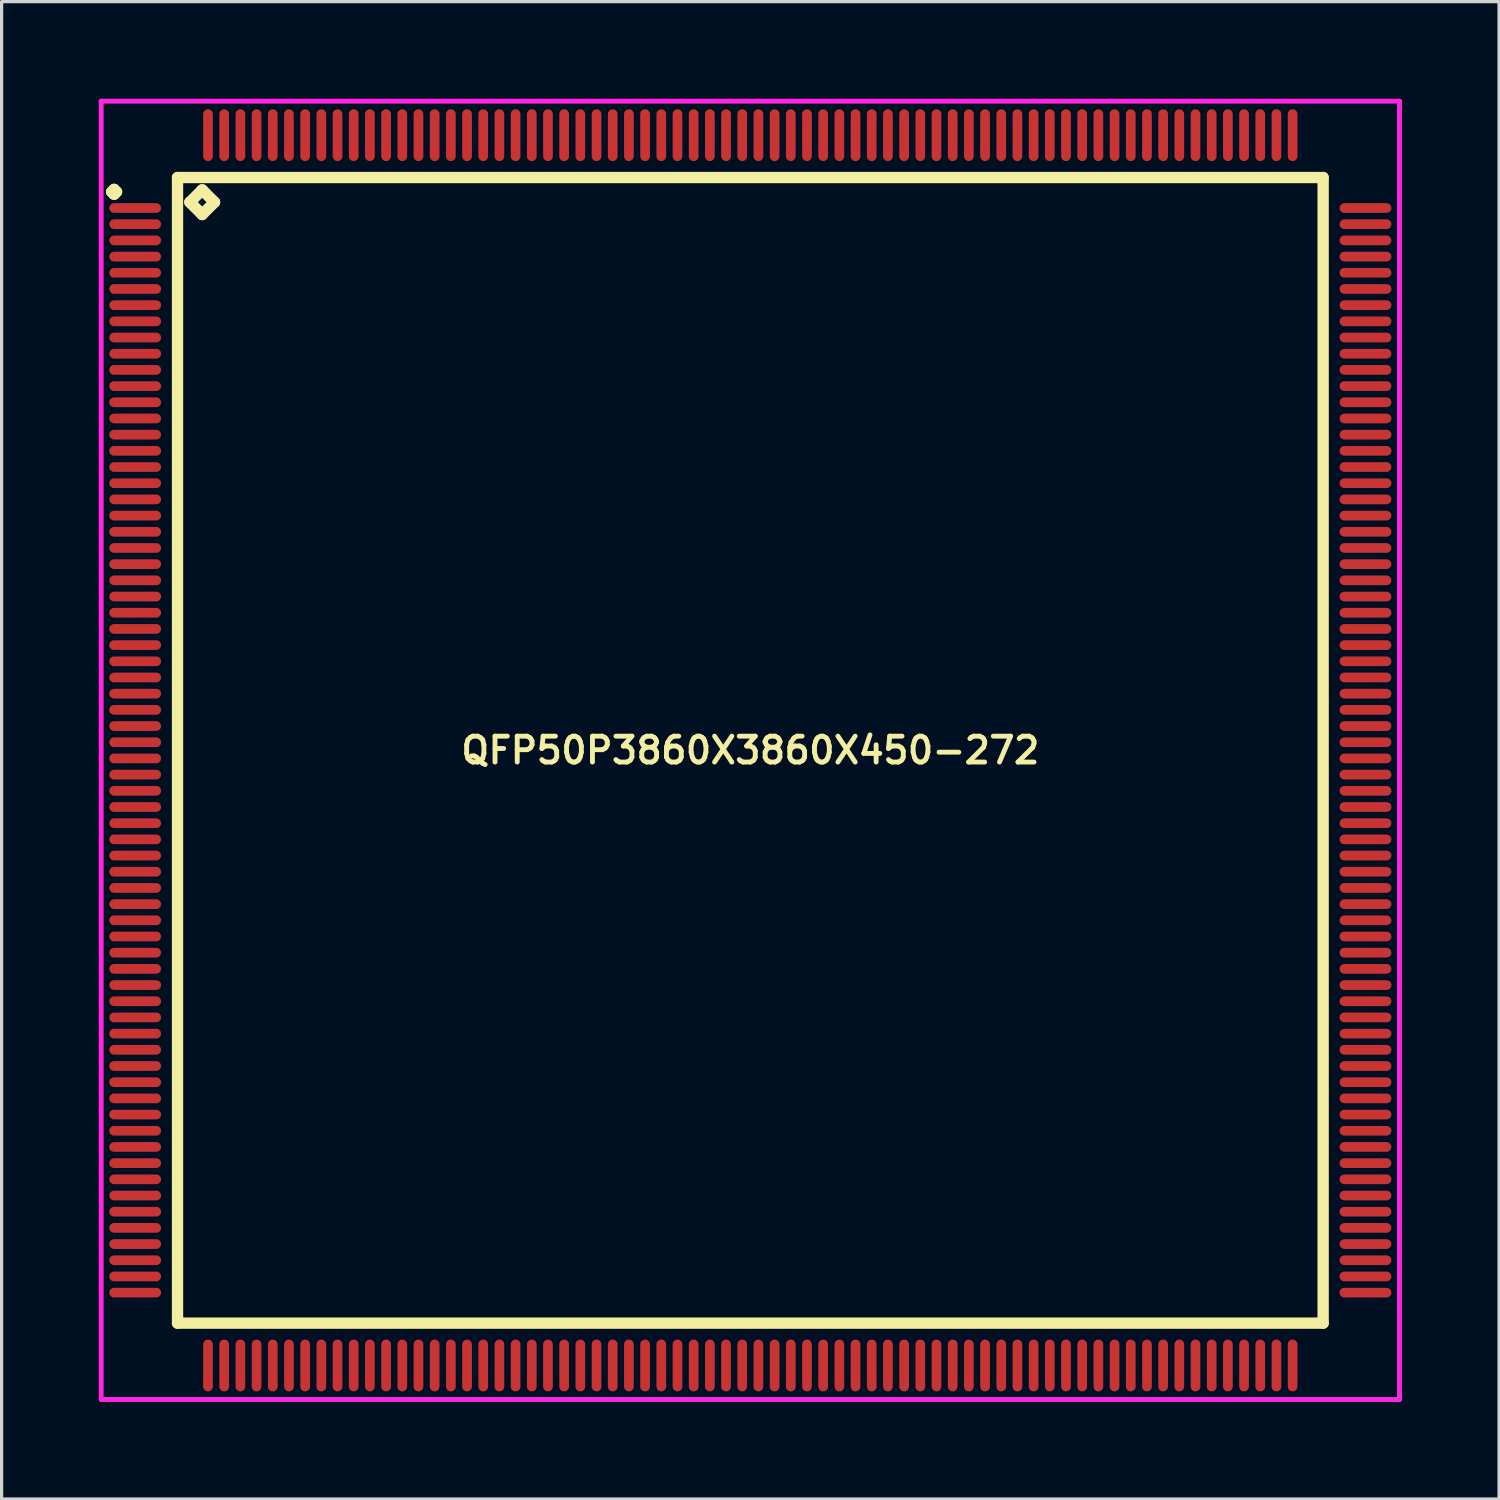
<source format=kicad_pcb>
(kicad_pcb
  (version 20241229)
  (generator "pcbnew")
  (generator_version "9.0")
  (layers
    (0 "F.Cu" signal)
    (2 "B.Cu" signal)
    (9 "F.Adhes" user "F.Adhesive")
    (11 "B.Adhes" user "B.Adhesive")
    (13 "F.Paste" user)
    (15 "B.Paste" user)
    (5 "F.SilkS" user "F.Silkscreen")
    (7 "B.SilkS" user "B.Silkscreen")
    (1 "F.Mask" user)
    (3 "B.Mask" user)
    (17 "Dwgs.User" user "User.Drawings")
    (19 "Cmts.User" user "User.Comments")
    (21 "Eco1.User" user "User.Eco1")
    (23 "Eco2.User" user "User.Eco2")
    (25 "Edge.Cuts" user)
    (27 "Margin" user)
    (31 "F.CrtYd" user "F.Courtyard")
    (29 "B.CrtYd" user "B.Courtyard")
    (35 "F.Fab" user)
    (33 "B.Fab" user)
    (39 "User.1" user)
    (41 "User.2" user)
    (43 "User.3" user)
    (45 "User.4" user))
  (footprint "QFP50P3860X3860X450-272"
    (layer "F.Cu")
    (at 20.125 20.125)
    (property "Reference" "QFP50P3860X3860X450-272" (at 0 0 0) (layer "F.SilkS") (effects (font (size 0.8 0.8) (thickness 0.15))))
    (attr through_hole)
    (fp_line (start -19.725 -17.25) (end -19.65 -17.325) (stroke (width 0.35) (type solid)) (layer "F.SilkS"))
    (fp_line (start -19.65 -17.325) (end -19.575 -17.25) (stroke (width 0.35) (type solid)) (layer "F.SilkS"))
    (fp_line (start -19.65 -17.175) (end -19.725 -17.25) (stroke (width 0.35) (type solid)) (layer "F.SilkS"))
    (fp_line (start -19.575 -17.25) (end -19.65 -17.175) (stroke (width 0.35) (type solid)) (layer "F.SilkS"))
    (fp_line (start -17.692 -17.692) (end -17.692 17.692) (stroke (width 0.35) (type solid)) (layer "F.SilkS"))
    (fp_line (start -17.692 17.692) (end 17.692 17.692) (stroke (width 0.35) (type solid)) (layer "F.SilkS"))
    (fp_line (start -17.311 -16.93) (end -16.93 -17.311) (stroke (width 0.35) (type solid)) (layer "F.SilkS"))
    (fp_line (start -16.93 -17.311) (end -16.549 -16.93) (stroke (width 0.35) (type solid)) (layer "F.SilkS"))
    (fp_line (start -16.93 -16.549) (end -17.311 -16.93) (stroke (width 0.35) (type solid)) (layer "F.SilkS"))
    (fp_line (start -16.549 -16.93) (end -16.93 -16.549) (stroke (width 0.35) (type solid)) (layer "F.SilkS"))
    (fp_line (start 17.692 -17.692) (end -17.692 -17.692) (stroke (width 0.35) (type solid)) (layer "F.SilkS"))
    (fp_line (start 17.692 17.692) (end 17.692 -17.692) (stroke (width 0.35) (type solid)) (layer "F.SilkS"))
    (fp_line (start -20.05 -20.05) (end 20.05 -20.05) (stroke (width 0.15) (type solid)) (layer "F.CrtYd"))
    (fp_line (start -20.05 20.05) (end -20.05 -20.05) (stroke (width 0.15) (type solid)) (layer "F.CrtYd"))
    (fp_line (start 20.05 -20.05) (end 20.05 20.05) (stroke (width 0.15) (type solid)) (layer "F.CrtYd"))
    (fp_line (start 20.05 20.05) (end -20.05 20.05) (stroke (width 0.15) (type solid)) (layer "F.CrtYd"))
    (pad "1" smd oval (at -19 -16.75) (size 1.6 0.3) (layers "F.Cu" "F.Mask" "F.Paste"))
    (pad "2" smd oval (at -19 -16.25) (size 1.6 0.3) (layers "F.Cu" "F.Mask" "F.Paste"))
    (pad "3" smd oval (at -19 -15.75) (size 1.6 0.3) (layers "F.Cu" "F.Mask" "F.Paste"))
    (pad "4" smd oval (at -19 -15.25) (size 1.6 0.3) (layers "F.Cu" "F.Mask" "F.Paste"))
    (pad "5" smd oval (at -19 -14.75) (size 1.6 0.3) (layers "F.Cu" "F.Mask" "F.Paste"))
    (pad "6" smd oval (at -19 -14.25) (size 1.6 0.3) (layers "F.Cu" "F.Mask" "F.Paste"))
    (pad "7" smd oval (at -19 -13.75) (size 1.6 0.3) (layers "F.Cu" "F.Mask" "F.Paste"))
    (pad "8" smd oval (at -19 -13.25) (size 1.6 0.3) (layers "F.Cu" "F.Mask" "F.Paste"))
    (pad "9" smd oval (at -19 -12.75) (size 1.6 0.3) (layers "F.Cu" "F.Mask" "F.Paste"))
    (pad "10" smd oval (at -19 -12.25) (size 1.6 0.3) (layers "F.Cu" "F.Mask" "F.Paste"))
    (pad "11" smd oval (at -19 -11.75) (size 1.6 0.3) (layers "F.Cu" "F.Mask" "F.Paste"))
    (pad "12" smd oval (at -19 -11.25) (size 1.6 0.3) (layers "F.Cu" "F.Mask" "F.Paste"))
    (pad "13" smd oval (at -19 -10.75) (size 1.6 0.3) (layers "F.Cu" "F.Mask" "F.Paste"))
    (pad "14" smd oval (at -19 -10.25) (size 1.6 0.3) (layers "F.Cu" "F.Mask" "F.Paste"))
    (pad "15" smd oval (at -19 -9.75) (size 1.6 0.3) (layers "F.Cu" "F.Mask" "F.Paste"))
    (pad "16" smd oval (at -19 -9.25) (size 1.6 0.3) (layers "F.Cu" "F.Mask" "F.Paste"))
    (pad "17" smd oval (at -19 -8.75) (size 1.6 0.3) (layers "F.Cu" "F.Mask" "F.Paste"))
    (pad "18" smd oval (at -19 -8.25) (size 1.6 0.3) (layers "F.Cu" "F.Mask" "F.Paste"))
    (pad "19" smd oval (at -19 -7.75) (size 1.6 0.3) (layers "F.Cu" "F.Mask" "F.Paste"))
    (pad "20" smd oval (at -19 -7.25) (size 1.6 0.3) (layers "F.Cu" "F.Mask" "F.Paste"))
    (pad "21" smd oval (at -19 -6.75) (size 1.6 0.3) (layers "F.Cu" "F.Mask" "F.Paste"))
    (pad "22" smd oval (at -19 -6.25) (size 1.6 0.3) (layers "F.Cu" "F.Mask" "F.Paste"))
    (pad "23" smd oval (at -19 -5.75) (size 1.6 0.3) (layers "F.Cu" "F.Mask" "F.Paste"))
    (pad "24" smd oval (at -19 -5.25) (size 1.6 0.3) (layers "F.Cu" "F.Mask" "F.Paste"))
    (pad "25" smd oval (at -19 -4.75) (size 1.6 0.3) (layers "F.Cu" "F.Mask" "F.Paste"))
    (pad "26" smd oval (at -19 -4.25) (size 1.6 0.3) (layers "F.Cu" "F.Mask" "F.Paste"))
    (pad "27" smd oval (at -19 -3.75) (size 1.6 0.3) (layers "F.Cu" "F.Mask" "F.Paste"))
    (pad "28" smd oval (at -19 -3.25) (size 1.6 0.3) (layers "F.Cu" "F.Mask" "F.Paste"))
    (pad "29" smd oval (at -19 -2.75) (size 1.6 0.3) (layers "F.Cu" "F.Mask" "F.Paste"))
    (pad "30" smd oval (at -19 -2.25) (size 1.6 0.3) (layers "F.Cu" "F.Mask" "F.Paste"))
    (pad "31" smd oval (at -19 -1.75) (size 1.6 0.3) (layers "F.Cu" "F.Mask" "F.Paste"))
    (pad "32" smd oval (at -19 -1.25) (size 1.6 0.3) (layers "F.Cu" "F.Mask" "F.Paste"))
    (pad "33" smd oval (at -19 -0.75) (size 1.6 0.3) (layers "F.Cu" "F.Mask" "F.Paste"))
    (pad "34" smd oval (at -19 -0.25) (size 1.6 0.3) (layers "F.Cu" "F.Mask" "F.Paste"))
    (pad "35" smd oval (at -19 0.25) (size 1.6 0.3) (layers "F.Cu" "F.Mask" "F.Paste"))
    (pad "36" smd oval (at -19 0.75) (size 1.6 0.3) (layers "F.Cu" "F.Mask" "F.Paste"))
    (pad "37" smd oval (at -19 1.25) (size 1.6 0.3) (layers "F.Cu" "F.Mask" "F.Paste"))
    (pad "38" smd oval (at -19 1.75) (size 1.6 0.3) (layers "F.Cu" "F.Mask" "F.Paste"))
    (pad "39" smd oval (at -19 2.25) (size 1.6 0.3) (layers "F.Cu" "F.Mask" "F.Paste"))
    (pad "40" smd oval (at -19 2.75) (size 1.6 0.3) (layers "F.Cu" "F.Mask" "F.Paste"))
    (pad "41" smd oval (at -19 3.25) (size 1.6 0.3) (layers "F.Cu" "F.Mask" "F.Paste"))
    (pad "42" smd oval (at -19 3.75) (size 1.6 0.3) (layers "F.Cu" "F.Mask" "F.Paste"))
    (pad "43" smd oval (at -19 4.25) (size 1.6 0.3) (layers "F.Cu" "F.Mask" "F.Paste"))
    (pad "44" smd oval (at -19 4.75) (size 1.6 0.3) (layers "F.Cu" "F.Mask" "F.Paste"))
    (pad "45" smd oval (at -19 5.25) (size 1.6 0.3) (layers "F.Cu" "F.Mask" "F.Paste"))
    (pad "46" smd oval (at -19 5.75) (size 1.6 0.3) (layers "F.Cu" "F.Mask" "F.Paste"))
    (pad "47" smd oval (at -19 6.25) (size 1.6 0.3) (layers "F.Cu" "F.Mask" "F.Paste"))
    (pad "48" smd oval (at -19 6.75) (size 1.6 0.3) (layers "F.Cu" "F.Mask" "F.Paste"))
    (pad "49" smd oval (at -19 7.25) (size 1.6 0.3) (layers "F.Cu" "F.Mask" "F.Paste"))
    (pad "50" smd oval (at -19 7.75) (size 1.6 0.3) (layers "F.Cu" "F.Mask" "F.Paste"))
    (pad "51" smd oval (at -19 8.25) (size 1.6 0.3) (layers "F.Cu" "F.Mask" "F.Paste"))
    (pad "52" smd oval (at -19 8.75) (size 1.6 0.3) (layers "F.Cu" "F.Mask" "F.Paste"))
    (pad "53" smd oval (at -19 9.25) (size 1.6 0.3) (layers "F.Cu" "F.Mask" "F.Paste"))
    (pad "54" smd oval (at -19 9.75) (size 1.6 0.3) (layers "F.Cu" "F.Mask" "F.Paste"))
    (pad "55" smd oval (at -19 10.25) (size 1.6 0.3) (layers "F.Cu" "F.Mask" "F.Paste"))
    (pad "56" smd oval (at -19 10.75) (size 1.6 0.3) (layers "F.Cu" "F.Mask" "F.Paste"))
    (pad "57" smd oval (at -19 11.25) (size 1.6 0.3) (layers "F.Cu" "F.Mask" "F.Paste"))
    (pad "58" smd oval (at -19 11.75) (size 1.6 0.3) (layers "F.Cu" "F.Mask" "F.Paste"))
    (pad "59" smd oval (at -19 12.25) (size 1.6 0.3) (layers "F.Cu" "F.Mask" "F.Paste"))
    (pad "60" smd oval (at -19 12.75) (size 1.6 0.3) (layers "F.Cu" "F.Mask" "F.Paste"))
    (pad "61" smd oval (at -19 13.25) (size 1.6 0.3) (layers "F.Cu" "F.Mask" "F.Paste"))
    (pad "62" smd oval (at -19 13.75) (size 1.6 0.3) (layers "F.Cu" "F.Mask" "F.Paste"))
    (pad "63" smd oval (at -19 14.25) (size 1.6 0.3) (layers "F.Cu" "F.Mask" "F.Paste"))
    (pad "64" smd oval (at -19 14.75) (size 1.6 0.3) (layers "F.Cu" "F.Mask" "F.Paste"))
    (pad "65" smd oval (at -19 15.25) (size 1.6 0.3) (layers "F.Cu" "F.Mask" "F.Paste"))
    (pad "66" smd oval (at -19 15.75) (size 1.6 0.3) (layers "F.Cu" "F.Mask" "F.Paste"))
    (pad "67" smd oval (at -19 16.25) (size 1.6 0.3) (layers "F.Cu" "F.Mask" "F.Paste"))
    (pad "68" smd oval (at -19 16.75) (size 1.6 0.3) (layers "F.Cu" "F.Mask" "F.Paste"))
    (pad "69" smd oval (at -16.75 19) (size 0.3 1.6) (layers "F.Cu" "F.Mask" "F.Paste"))
    (pad "70" smd oval (at -16.25 19) (size 0.3 1.6) (layers "F.Cu" "F.Mask" "F.Paste"))
    (pad "71" smd oval (at -15.75 19) (size 0.3 1.6) (layers "F.Cu" "F.Mask" "F.Paste"))
    (pad "72" smd oval (at -15.25 19) (size 0.3 1.6) (layers "F.Cu" "F.Mask" "F.Paste"))
    (pad "73" smd oval (at -14.75 19) (size 0.3 1.6) (layers "F.Cu" "F.Mask" "F.Paste"))
    (pad "74" smd oval (at -14.25 19) (size 0.3 1.6) (layers "F.Cu" "F.Mask" "F.Paste"))
    (pad "75" smd oval (at -13.75 19) (size 0.3 1.6) (layers "F.Cu" "F.Mask" "F.Paste"))
    (pad "76" smd oval (at -13.25 19) (size 0.3 1.6) (layers "F.Cu" "F.Mask" "F.Paste"))
    (pad "77" smd oval (at -12.75 19) (size 0.3 1.6) (layers "F.Cu" "F.Mask" "F.Paste"))
    (pad "78" smd oval (at -12.25 19) (size 0.3 1.6) (layers "F.Cu" "F.Mask" "F.Paste"))
    (pad "79" smd oval (at -11.75 19) (size 0.3 1.6) (layers "F.Cu" "F.Mask" "F.Paste"))
    (pad "80" smd oval (at -11.25 19) (size 0.3 1.6) (layers "F.Cu" "F.Mask" "F.Paste"))
    (pad "81" smd oval (at -10.75 19) (size 0.3 1.6) (layers "F.Cu" "F.Mask" "F.Paste"))
    (pad "82" smd oval (at -10.25 19) (size 0.3 1.6) (layers "F.Cu" "F.Mask" "F.Paste"))
    (pad "83" smd oval (at -9.75 19) (size 0.3 1.6) (layers "F.Cu" "F.Mask" "F.Paste"))
    (pad "84" smd oval (at -9.25 19) (size 0.3 1.6) (layers "F.Cu" "F.Mask" "F.Paste"))
    (pad "85" smd oval (at -8.75 19) (size 0.3 1.6) (layers "F.Cu" "F.Mask" "F.Paste"))
    (pad "86" smd oval (at -8.25 19) (size 0.3 1.6) (layers "F.Cu" "F.Mask" "F.Paste"))
    (pad "87" smd oval (at -7.75 19) (size 0.3 1.6) (layers "F.Cu" "F.Mask" "F.Paste"))
    (pad "88" smd oval (at -7.25 19) (size 0.3 1.6) (layers "F.Cu" "F.Mask" "F.Paste"))
    (pad "89" smd oval (at -6.75 19) (size 0.3 1.6) (layers "F.Cu" "F.Mask" "F.Paste"))
    (pad "90" smd oval (at -6.25 19) (size 0.3 1.6) (layers "F.Cu" "F.Mask" "F.Paste"))
    (pad "91" smd oval (at -5.75 19) (size 0.3 1.6) (layers "F.Cu" "F.Mask" "F.Paste"))
    (pad "92" smd oval (at -5.25 19) (size 0.3 1.6) (layers "F.Cu" "F.Mask" "F.Paste"))
    (pad "93" smd oval (at -4.75 19) (size 0.3 1.6) (layers "F.Cu" "F.Mask" "F.Paste"))
    (pad "94" smd oval (at -4.25 19) (size 0.3 1.6) (layers "F.Cu" "F.Mask" "F.Paste"))
    (pad "95" smd oval (at -3.75 19) (size 0.3 1.6) (layers "F.Cu" "F.Mask" "F.Paste"))
    (pad "96" smd oval (at -3.25 19) (size 0.3 1.6) (layers "F.Cu" "F.Mask" "F.Paste"))
    (pad "97" smd oval (at -2.75 19) (size 0.3 1.6) (layers "F.Cu" "F.Mask" "F.Paste"))
    (pad "98" smd oval (at -2.25 19) (size 0.3 1.6) (layers "F.Cu" "F.Mask" "F.Paste"))
    (pad "99" smd oval (at -1.75 19) (size 0.3 1.6) (layers "F.Cu" "F.Mask" "F.Paste"))
    (pad "100" smd oval (at -1.25 19) (size 0.3 1.6) (layers "F.Cu" "F.Mask" "F.Paste"))
    (pad "101" smd oval (at -0.75 19) (size 0.3 1.6) (layers "F.Cu" "F.Mask" "F.Paste"))
    (pad "102" smd oval (at -0.25 19) (size 0.3 1.6) (layers "F.Cu" "F.Mask" "F.Paste"))
    (pad "103" smd oval (at 0.25 19) (size 0.3 1.6) (layers "F.Cu" "F.Mask" "F.Paste"))
    (pad "104" smd oval (at 0.75 19) (size 0.3 1.6) (layers "F.Cu" "F.Mask" "F.Paste"))
    (pad "105" smd oval (at 1.25 19) (size 0.3 1.6) (layers "F.Cu" "F.Mask" "F.Paste"))
    (pad "106" smd oval (at 1.75 19) (size 0.3 1.6) (layers "F.Cu" "F.Mask" "F.Paste"))
    (pad "107" smd oval (at 2.25 19) (size 0.3 1.6) (layers "F.Cu" "F.Mask" "F.Paste"))
    (pad "108" smd oval (at 2.75 19) (size 0.3 1.6) (layers "F.Cu" "F.Mask" "F.Paste"))
    (pad "109" smd oval (at 3.25 19) (size 0.3 1.6) (layers "F.Cu" "F.Mask" "F.Paste"))
    (pad "110" smd oval (at 3.75 19) (size 0.3 1.6) (layers "F.Cu" "F.Mask" "F.Paste"))
    (pad "111" smd oval (at 4.25 19) (size 0.3 1.6) (layers "F.Cu" "F.Mask" "F.Paste"))
    (pad "112" smd oval (at 4.75 19) (size 0.3 1.6) (layers "F.Cu" "F.Mask" "F.Paste"))
    (pad "113" smd oval (at 5.25 19) (size 0.3 1.6) (layers "F.Cu" "F.Mask" "F.Paste"))
    (pad "114" smd oval (at 5.75 19) (size 0.3 1.6) (layers "F.Cu" "F.Mask" "F.Paste"))
    (pad "115" smd oval (at 6.25 19) (size 0.3 1.6) (layers "F.Cu" "F.Mask" "F.Paste"))
    (pad "116" smd oval (at 6.75 19) (size 0.3 1.6) (layers "F.Cu" "F.Mask" "F.Paste"))
    (pad "117" smd oval (at 7.25 19) (size 0.3 1.6) (layers "F.Cu" "F.Mask" "F.Paste"))
    (pad "118" smd oval (at 7.75 19) (size 0.3 1.6) (layers "F.Cu" "F.Mask" "F.Paste"))
    (pad "119" smd oval (at 8.25 19) (size 0.3 1.6) (layers "F.Cu" "F.Mask" "F.Paste"))
    (pad "120" smd oval (at 8.75 19) (size 0.3 1.6) (layers "F.Cu" "F.Mask" "F.Paste"))
    (pad "121" smd oval (at 9.25 19) (size 0.3 1.6) (layers "F.Cu" "F.Mask" "F.Paste"))
    (pad "122" smd oval (at 9.75 19) (size 0.3 1.6) (layers "F.Cu" "F.Mask" "F.Paste"))
    (pad "123" smd oval (at 10.25 19) (size 0.3 1.6) (layers "F.Cu" "F.Mask" "F.Paste"))
    (pad "124" smd oval (at 10.75 19) (size 0.3 1.6) (layers "F.Cu" "F.Mask" "F.Paste"))
    (pad "125" smd oval (at 11.25 19) (size 0.3 1.6) (layers "F.Cu" "F.Mask" "F.Paste"))
    (pad "126" smd oval (at 11.75 19) (size 0.3 1.6) (layers "F.Cu" "F.Mask" "F.Paste"))
    (pad "127" smd oval (at 12.25 19) (size 0.3 1.6) (layers "F.Cu" "F.Mask" "F.Paste"))
    (pad "128" smd oval (at 12.75 19) (size 0.3 1.6) (layers "F.Cu" "F.Mask" "F.Paste"))
    (pad "129" smd oval (at 13.25 19) (size 0.3 1.6) (layers "F.Cu" "F.Mask" "F.Paste"))
    (pad "130" smd oval (at 13.75 19) (size 0.3 1.6) (layers "F.Cu" "F.Mask" "F.Paste"))
    (pad "131" smd oval (at 14.25 19) (size 0.3 1.6) (layers "F.Cu" "F.Mask" "F.Paste"))
    (pad "132" smd oval (at 14.75 19) (size 0.3 1.6) (layers "F.Cu" "F.Mask" "F.Paste"))
    (pad "133" smd oval (at 15.25 19) (size 0.3 1.6) (layers "F.Cu" "F.Mask" "F.Paste"))
    (pad "134" smd oval (at 15.75 19) (size 0.3 1.6) (layers "F.Cu" "F.Mask" "F.Paste"))
    (pad "135" smd oval (at 16.25 19) (size 0.3 1.6) (layers "F.Cu" "F.Mask" "F.Paste"))
    (pad "136" smd oval (at 16.75 19) (size 0.3 1.6) (layers "F.Cu" "F.Mask" "F.Paste"))
    (pad "137" smd oval (at 19 16.75) (size 1.6 0.3) (layers "F.Cu" "F.Mask" "F.Paste"))
    (pad "138" smd oval (at 19 16.25) (size 1.6 0.3) (layers "F.Cu" "F.Mask" "F.Paste"))
    (pad "139" smd oval (at 19 15.75) (size 1.6 0.3) (layers "F.Cu" "F.Mask" "F.Paste"))
    (pad "140" smd oval (at 19 15.25) (size 1.6 0.3) (layers "F.Cu" "F.Mask" "F.Paste"))
    (pad "141" smd oval (at 19 14.75) (size 1.6 0.3) (layers "F.Cu" "F.Mask" "F.Paste"))
    (pad "142" smd oval (at 19 14.25) (size 1.6 0.3) (layers "F.Cu" "F.Mask" "F.Paste"))
    (pad "143" smd oval (at 19 13.75) (size 1.6 0.3) (layers "F.Cu" "F.Mask" "F.Paste"))
    (pad "144" smd oval (at 19 13.25) (size 1.6 0.3) (layers "F.Cu" "F.Mask" "F.Paste"))
    (pad "145" smd oval (at 19 12.75) (size 1.6 0.3) (layers "F.Cu" "F.Mask" "F.Paste"))
    (pad "146" smd oval (at 19 12.25) (size 1.6 0.3) (layers "F.Cu" "F.Mask" "F.Paste"))
    (pad "147" smd oval (at 19 11.75) (size 1.6 0.3) (layers "F.Cu" "F.Mask" "F.Paste"))
    (pad "148" smd oval (at 19 11.25) (size 1.6 0.3) (layers "F.Cu" "F.Mask" "F.Paste"))
    (pad "149" smd oval (at 19 10.75) (size 1.6 0.3) (layers "F.Cu" "F.Mask" "F.Paste"))
    (pad "150" smd oval (at 19 10.25) (size 1.6 0.3) (layers "F.Cu" "F.Mask" "F.Paste"))
    (pad "151" smd oval (at 19 9.75) (size 1.6 0.3) (layers "F.Cu" "F.Mask" "F.Paste"))
    (pad "152" smd oval (at 19 9.25) (size 1.6 0.3) (layers "F.Cu" "F.Mask" "F.Paste"))
    (pad "153" smd oval (at 19 8.75) (size 1.6 0.3) (layers "F.Cu" "F.Mask" "F.Paste"))
    (pad "154" smd oval (at 19 8.25) (size 1.6 0.3) (layers "F.Cu" "F.Mask" "F.Paste"))
    (pad "155" smd oval (at 19 7.75) (size 1.6 0.3) (layers "F.Cu" "F.Mask" "F.Paste"))
    (pad "156" smd oval (at 19 7.25) (size 1.6 0.3) (layers "F.Cu" "F.Mask" "F.Paste"))
    (pad "157" smd oval (at 19 6.75) (size 1.6 0.3) (layers "F.Cu" "F.Mask" "F.Paste"))
    (pad "158" smd oval (at 19 6.25) (size 1.6 0.3) (layers "F.Cu" "F.Mask" "F.Paste"))
    (pad "159" smd oval (at 19 5.75) (size 1.6 0.3) (layers "F.Cu" "F.Mask" "F.Paste"))
    (pad "160" smd oval (at 19 5.25) (size 1.6 0.3) (layers "F.Cu" "F.Mask" "F.Paste"))
    (pad "161" smd oval (at 19 4.75) (size 1.6 0.3) (layers "F.Cu" "F.Mask" "F.Paste"))
    (pad "162" smd oval (at 19 4.25) (size 1.6 0.3) (layers "F.Cu" "F.Mask" "F.Paste"))
    (pad "163" smd oval (at 19 3.75) (size 1.6 0.3) (layers "F.Cu" "F.Mask" "F.Paste"))
    (pad "164" smd oval (at 19 3.25) (size 1.6 0.3) (layers "F.Cu" "F.Mask" "F.Paste"))
    (pad "165" smd oval (at 19 2.75) (size 1.6 0.3) (layers "F.Cu" "F.Mask" "F.Paste"))
    (pad "166" smd oval (at 19 2.25) (size 1.6 0.3) (layers "F.Cu" "F.Mask" "F.Paste"))
    (pad "167" smd oval (at 19 1.75) (size 1.6 0.3) (layers "F.Cu" "F.Mask" "F.Paste"))
    (pad "168" smd oval (at 19 1.25) (size 1.6 0.3) (layers "F.Cu" "F.Mask" "F.Paste"))
    (pad "169" smd oval (at 19 0.75) (size 1.6 0.3) (layers "F.Cu" "F.Mask" "F.Paste"))
    (pad "170" smd oval (at 19 0.25) (size 1.6 0.3) (layers "F.Cu" "F.Mask" "F.Paste"))
    (pad "171" smd oval (at 19 -0.25) (size 1.6 0.3) (layers "F.Cu" "F.Mask" "F.Paste"))
    (pad "172" smd oval (at 19 -0.75) (size 1.6 0.3) (layers "F.Cu" "F.Mask" "F.Paste"))
    (pad "173" smd oval (at 19 -1.25) (size 1.6 0.3) (layers "F.Cu" "F.Mask" "F.Paste"))
    (pad "174" smd oval (at 19 -1.75) (size 1.6 0.3) (layers "F.Cu" "F.Mask" "F.Paste"))
    (pad "175" smd oval (at 19 -2.25) (size 1.6 0.3) (layers "F.Cu" "F.Mask" "F.Paste"))
    (pad "176" smd oval (at 19 -2.75) (size 1.6 0.3) (layers "F.Cu" "F.Mask" "F.Paste"))
    (pad "177" smd oval (at 19 -3.25) (size 1.6 0.3) (layers "F.Cu" "F.Mask" "F.Paste"))
    (pad "178" smd oval (at 19 -3.75) (size 1.6 0.3) (layers "F.Cu" "F.Mask" "F.Paste"))
    (pad "179" smd oval (at 19 -4.25) (size 1.6 0.3) (layers "F.Cu" "F.Mask" "F.Paste"))
    (pad "180" smd oval (at 19 -4.75) (size 1.6 0.3) (layers "F.Cu" "F.Mask" "F.Paste"))
    (pad "181" smd oval (at 19 -5.25) (size 1.6 0.3) (layers "F.Cu" "F.Mask" "F.Paste"))
    (pad "182" smd oval (at 19 -5.75) (size 1.6 0.3) (layers "F.Cu" "F.Mask" "F.Paste"))
    (pad "183" smd oval (at 19 -6.25) (size 1.6 0.3) (layers "F.Cu" "F.Mask" "F.Paste"))
    (pad "184" smd oval (at 19 -6.75) (size 1.6 0.3) (layers "F.Cu" "F.Mask" "F.Paste"))
    (pad "185" smd oval (at 19 -7.25) (size 1.6 0.3) (layers "F.Cu" "F.Mask" "F.Paste"))
    (pad "186" smd oval (at 19 -7.75) (size 1.6 0.3) (layers "F.Cu" "F.Mask" "F.Paste"))
    (pad "187" smd oval (at 19 -8.25) (size 1.6 0.3) (layers "F.Cu" "F.Mask" "F.Paste"))
    (pad "188" smd oval (at 19 -8.75) (size 1.6 0.3) (layers "F.Cu" "F.Mask" "F.Paste"))
    (pad "189" smd oval (at 19 -9.25) (size 1.6 0.3) (layers "F.Cu" "F.Mask" "F.Paste"))
    (pad "190" smd oval (at 19 -9.75) (size 1.6 0.3) (layers "F.Cu" "F.Mask" "F.Paste"))
    (pad "191" smd oval (at 19 -10.25) (size 1.6 0.3) (layers "F.Cu" "F.Mask" "F.Paste"))
    (pad "192" smd oval (at 19 -10.75) (size 1.6 0.3) (layers "F.Cu" "F.Mask" "F.Paste"))
    (pad "193" smd oval (at 19 -11.25) (size 1.6 0.3) (layers "F.Cu" "F.Mask" "F.Paste"))
    (pad "194" smd oval (at 19 -11.75) (size 1.6 0.3) (layers "F.Cu" "F.Mask" "F.Paste"))
    (pad "195" smd oval (at 19 -12.25) (size 1.6 0.3) (layers "F.Cu" "F.Mask" "F.Paste"))
    (pad "196" smd oval (at 19 -12.75) (size 1.6 0.3) (layers "F.Cu" "F.Mask" "F.Paste"))
    (pad "197" smd oval (at 19 -13.25) (size 1.6 0.3) (layers "F.Cu" "F.Mask" "F.Paste"))
    (pad "198" smd oval (at 19 -13.75) (size 1.6 0.3) (layers "F.Cu" "F.Mask" "F.Paste"))
    (pad "199" smd oval (at 19 -14.25) (size 1.6 0.3) (layers "F.Cu" "F.Mask" "F.Paste"))
    (pad "200" smd oval (at 19 -14.75) (size 1.6 0.3) (layers "F.Cu" "F.Mask" "F.Paste"))
    (pad "201" smd oval (at 19 -15.25) (size 1.6 0.3) (layers "F.Cu" "F.Mask" "F.Paste"))
    (pad "202" smd oval (at 19 -15.75) (size 1.6 0.3) (layers "F.Cu" "F.Mask" "F.Paste"))
    (pad "203" smd oval (at 19 -16.25) (size 1.6 0.3) (layers "F.Cu" "F.Mask" "F.Paste"))
    (pad "204" smd oval (at 19 -16.75) (size 1.6 0.3) (layers "F.Cu" "F.Mask" "F.Paste"))
    (pad "205" smd oval (at 16.75 -19) (size 0.3 1.6) (layers "F.Cu" "F.Mask" "F.Paste"))
    (pad "206" smd oval (at 16.25 -19) (size 0.3 1.6) (layers "F.Cu" "F.Mask" "F.Paste"))
    (pad "207" smd oval (at 15.75 -19) (size 0.3 1.6) (layers "F.Cu" "F.Mask" "F.Paste"))
    (pad "208" smd oval (at 15.25 -19) (size 0.3 1.6) (layers "F.Cu" "F.Mask" "F.Paste"))
    (pad "209" smd oval (at 14.75 -19) (size 0.3 1.6) (layers "F.Cu" "F.Mask" "F.Paste"))
    (pad "210" smd oval (at 14.25 -19) (size 0.3 1.6) (layers "F.Cu" "F.Mask" "F.Paste"))
    (pad "211" smd oval (at 13.75 -19) (size 0.3 1.6) (layers "F.Cu" "F.Mask" "F.Paste"))
    (pad "212" smd oval (at 13.25 -19) (size 0.3 1.6) (layers "F.Cu" "F.Mask" "F.Paste"))
    (pad "213" smd oval (at 12.75 -19) (size 0.3 1.6) (layers "F.Cu" "F.Mask" "F.Paste"))
    (pad "214" smd oval (at 12.25 -19) (size 0.3 1.6) (layers "F.Cu" "F.Mask" "F.Paste"))
    (pad "215" smd oval (at 11.75 -19) (size 0.3 1.6) (layers "F.Cu" "F.Mask" "F.Paste"))
    (pad "216" smd oval (at 11.25 -19) (size 0.3 1.6) (layers "F.Cu" "F.Mask" "F.Paste"))
    (pad "217" smd oval (at 10.75 -19) (size 0.3 1.6) (layers "F.Cu" "F.Mask" "F.Paste"))
    (pad "218" smd oval (at 10.25 -19) (size 0.3 1.6) (layers "F.Cu" "F.Mask" "F.Paste"))
    (pad "219" smd oval (at 9.75 -19) (size 0.3 1.6) (layers "F.Cu" "F.Mask" "F.Paste"))
    (pad "220" smd oval (at 9.25 -19) (size 0.3 1.6) (layers "F.Cu" "F.Mask" "F.Paste"))
    (pad "221" smd oval (at 8.75 -19) (size 0.3 1.6) (layers "F.Cu" "F.Mask" "F.Paste"))
    (pad "222" smd oval (at 8.25 -19) (size 0.3 1.6) (layers "F.Cu" "F.Mask" "F.Paste"))
    (pad "223" smd oval (at 7.75 -19) (size 0.3 1.6) (layers "F.Cu" "F.Mask" "F.Paste"))
    (pad "224" smd oval (at 7.25 -19) (size 0.3 1.6) (layers "F.Cu" "F.Mask" "F.Paste"))
    (pad "225" smd oval (at 6.75 -19) (size 0.3 1.6) (layers "F.Cu" "F.Mask" "F.Paste"))
    (pad "226" smd oval (at 6.25 -19) (size 0.3 1.6) (layers "F.Cu" "F.Mask" "F.Paste"))
    (pad "227" smd oval (at 5.75 -19) (size 0.3 1.6) (layers "F.Cu" "F.Mask" "F.Paste"))
    (pad "228" smd oval (at 5.25 -19) (size 0.3 1.6) (layers "F.Cu" "F.Mask" "F.Paste"))
    (pad "229" smd oval (at 4.75 -19) (size 0.3 1.6) (layers "F.Cu" "F.Mask" "F.Paste"))
    (pad "230" smd oval (at 4.25 -19) (size 0.3 1.6) (layers "F.Cu" "F.Mask" "F.Paste"))
    (pad "231" smd oval (at 3.75 -19) (size 0.3 1.6) (layers "F.Cu" "F.Mask" "F.Paste"))
    (pad "232" smd oval (at 3.25 -19) (size 0.3 1.6) (layers "F.Cu" "F.Mask" "F.Paste"))
    (pad "233" smd oval (at 2.75 -19) (size 0.3 1.6) (layers "F.Cu" "F.Mask" "F.Paste"))
    (pad "234" smd oval (at 2.25 -19) (size 0.3 1.6) (layers "F.Cu" "F.Mask" "F.Paste"))
    (pad "235" smd oval (at 1.75 -19) (size 0.3 1.6) (layers "F.Cu" "F.Mask" "F.Paste"))
    (pad "236" smd oval (at 1.25 -19) (size 0.3 1.6) (layers "F.Cu" "F.Mask" "F.Paste"))
    (pad "237" smd oval (at 0.75 -19) (size 0.3 1.6) (layers "F.Cu" "F.Mask" "F.Paste"))
    (pad "238" smd oval (at 0.25 -19) (size 0.3 1.6) (layers "F.Cu" "F.Mask" "F.Paste"))
    (pad "239" smd oval (at -0.25 -19) (size 0.3 1.6) (layers "F.Cu" "F.Mask" "F.Paste"))
    (pad "240" smd oval (at -0.75 -19) (size 0.3 1.6) (layers "F.Cu" "F.Mask" "F.Paste"))
    (pad "241" smd oval (at -1.25 -19) (size 0.3 1.6) (layers "F.Cu" "F.Mask" "F.Paste"))
    (pad "242" smd oval (at -1.75 -19) (size 0.3 1.6) (layers "F.Cu" "F.Mask" "F.Paste"))
    (pad "243" smd oval (at -2.25 -19) (size 0.3 1.6) (layers "F.Cu" "F.Mask" "F.Paste"))
    (pad "244" smd oval (at -2.75 -19) (size 0.3 1.6) (layers "F.Cu" "F.Mask" "F.Paste"))
    (pad "245" smd oval (at -3.25 -19) (size 0.3 1.6) (layers "F.Cu" "F.Mask" "F.Paste"))
    (pad "246" smd oval (at -3.75 -19) (size 0.3 1.6) (layers "F.Cu" "F.Mask" "F.Paste"))
    (pad "247" smd oval (at -4.25 -19) (size 0.3 1.6) (layers "F.Cu" "F.Mask" "F.Paste"))
    (pad "248" smd oval (at -4.75 -19) (size 0.3 1.6) (layers "F.Cu" "F.Mask" "F.Paste"))
    (pad "249" smd oval (at -5.25 -19) (size 0.3 1.6) (layers "F.Cu" "F.Mask" "F.Paste"))
    (pad "250" smd oval (at -5.75 -19) (size 0.3 1.6) (layers "F.Cu" "F.Mask" "F.Paste"))
    (pad "251" smd oval (at -6.25 -19) (size 0.3 1.6) (layers "F.Cu" "F.Mask" "F.Paste"))
    (pad "252" smd oval (at -6.75 -19) (size 0.3 1.6) (layers "F.Cu" "F.Mask" "F.Paste"))
    (pad "253" smd oval (at -7.25 -19) (size 0.3 1.6) (layers "F.Cu" "F.Mask" "F.Paste"))
    (pad "254" smd oval (at -7.75 -19) (size 0.3 1.6) (layers "F.Cu" "F.Mask" "F.Paste"))
    (pad "255" smd oval (at -8.25 -19) (size 0.3 1.6) (layers "F.Cu" "F.Mask" "F.Paste"))
    (pad "256" smd oval (at -8.75 -19) (size 0.3 1.6) (layers "F.Cu" "F.Mask" "F.Paste"))
    (pad "257" smd oval (at -9.25 -19) (size 0.3 1.6) (layers "F.Cu" "F.Mask" "F.Paste"))
    (pad "258" smd oval (at -9.75 -19) (size 0.3 1.6) (layers "F.Cu" "F.Mask" "F.Paste"))
    (pad "259" smd oval (at -10.25 -19) (size 0.3 1.6) (layers "F.Cu" "F.Mask" "F.Paste"))
    (pad "260" smd oval (at -10.75 -19) (size 0.3 1.6) (layers "F.Cu" "F.Mask" "F.Paste"))
    (pad "261" smd oval (at -11.25 -19) (size 0.3 1.6) (layers "F.Cu" "F.Mask" "F.Paste"))
    (pad "262" smd oval (at -11.75 -19) (size 0.3 1.6) (layers "F.Cu" "F.Mask" "F.Paste"))
    (pad "263" smd oval (at -12.25 -19) (size 0.3 1.6) (layers "F.Cu" "F.Mask" "F.Paste"))
    (pad "264" smd oval (at -12.75 -19) (size 0.3 1.6) (layers "F.Cu" "F.Mask" "F.Paste"))
    (pad "265" smd oval (at -13.25 -19) (size 0.3 1.6) (layers "F.Cu" "F.Mask" "F.Paste"))
    (pad "266" smd oval (at -13.75 -19) (size 0.3 1.6) (layers "F.Cu" "F.Mask" "F.Paste"))
    (pad "267" smd oval (at -14.25 -19) (size 0.3 1.6) (layers "F.Cu" "F.Mask" "F.Paste"))
    (pad "268" smd oval (at -14.75 -19) (size 0.3 1.6) (layers "F.Cu" "F.Mask" "F.Paste"))
    (pad "269" smd oval (at -15.25 -19) (size 0.3 1.6) (layers "F.Cu" "F.Mask" "F.Paste"))
    (pad "270" smd oval (at -15.75 -19) (size 0.3 1.6) (layers "F.Cu" "F.Mask" "F.Paste"))
    (pad "271" smd oval (at -16.25 -19) (size 0.3 1.6) (layers "F.Cu" "F.Mask" "F.Paste"))
    (pad "272" smd oval (at -16.75 -19) (size 0.3 1.6) (layers "F.Cu" "F.Mask" "F.Paste")))
  (gr_rect
    (start -3 -3)
    (end 43.25 43.25)
    (stroke (width 0.1) (type default))
    (fill no)
    (layer "Edge.Cuts")))
</source>
